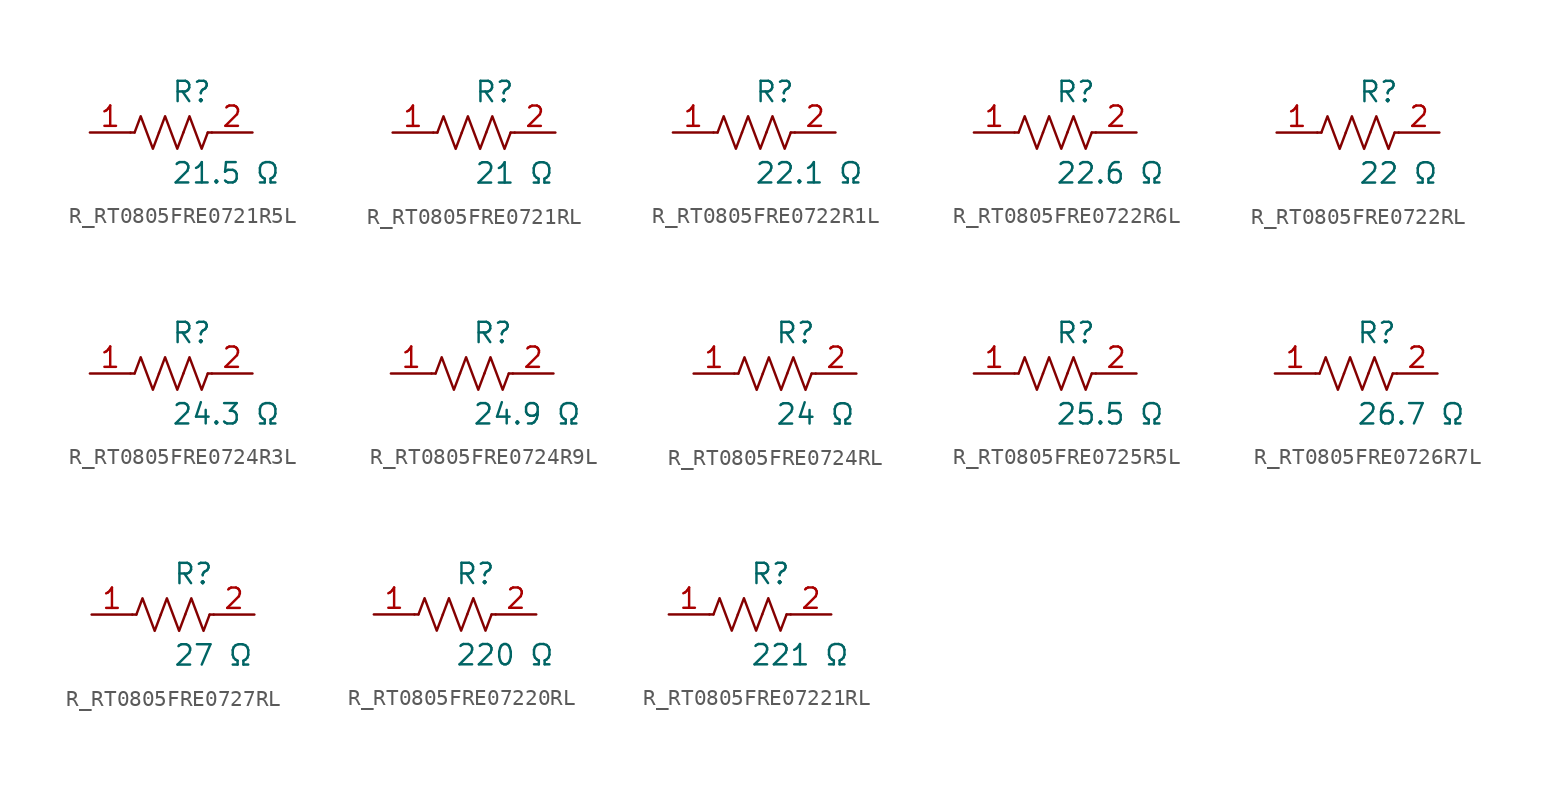
<source format=kicad_sym>
(kicad_symbol_lib
  (version 20231120)
  (generator kicad_symbol_editor)
  (generator_version 8.0)
  (symbol "R_RT0805FRE0721R5L"
    (pin_names
      (offset 0.254))
    (property "Reference" "R"
      (at 0.0 2.54 0)
      (effects (font (size 1.27 1.27)) (justify left)))
    (property "Value" "21.5 Ω"
      (at 0.0 -2.54 0)
      (effects (font (size 1.27 1.27)) (justify left)))
    (symbol "R_RT0805FRE0721R5L_0_1"
      (polyline (pts (xy 2.286 0) (xy 2.54 0)) (stroke (width 0) (type default)) (fill (type none)))
      (polyline (pts (xy -2.286 0) (xy -2.54 0)) (stroke (width 0) (type default)) (fill (type none)))
      (polyline (pts (xy 0.762 0) (xy 1.143 1.016) (xy 1.524 0) (xy 1.905 -1.016) (xy 2.286 0)) (stroke (width 0) (type default)) (fill (type none)))
      (polyline (pts (xy -0.762 0) (xy -0.381 1.016) (xy 0 0) (xy 0.381 -1.016) (xy 0.762 0)) (stroke (width 0) (type default)) (fill (type none)))
      (polyline (pts (xy -2.286 0) (xy -1.905 1.016) (xy -1.524 0) (xy -1.143 -1.016) (xy -0.762 0)) (stroke (width 0) (type default)) (fill (type none))))
    (pin unspecified line
      (at -5.08 0 0)
      (length 2.54)
      (name "" (effects (font (size 1.27 1.27))))
      (number "1" (effects (font (size 1.27 1.27)))))
    (pin unspecified line
      (at 5.08 0 180)
      (length 2.54)
      (name "" (effects (font (size 1.27 1.27))))
      (number "2" (effects (font (size 1.27 1.27))))))
  (symbol "R_RT0805FRE0721RL"
    (pin_names
      (offset 0.254))
    (property "Reference" "R"
      (at 0.0 2.54 0)
      (effects (font (size 1.27 1.27)) (justify left)))
    (property "Value" "21 Ω"
      (at 0.0 -2.54 0)
      (effects (font (size 1.27 1.27)) (justify left)))
    (symbol "R_RT0805FRE0721RL_0_1"
      (polyline (pts (xy 2.286 0) (xy 2.54 0)) (stroke (width 0) (type default)) (fill (type none)))
      (polyline (pts (xy -2.286 0) (xy -2.54 0)) (stroke (width 0) (type default)) (fill (type none)))
      (polyline (pts (xy 0.762 0) (xy 1.143 1.016) (xy 1.524 0) (xy 1.905 -1.016) (xy 2.286 0)) (stroke (width 0) (type default)) (fill (type none)))
      (polyline (pts (xy -0.762 0) (xy -0.381 1.016) (xy 0 0) (xy 0.381 -1.016) (xy 0.762 0)) (stroke (width 0) (type default)) (fill (type none)))
      (polyline (pts (xy -2.286 0) (xy -1.905 1.016) (xy -1.524 0) (xy -1.143 -1.016) (xy -0.762 0)) (stroke (width 0) (type default)) (fill (type none))))
    (pin unspecified line
      (at -5.08 0 0)
      (length 2.54)
      (name "" (effects (font (size 1.27 1.27))))
      (number "1" (effects (font (size 1.27 1.27)))))
    (pin unspecified line
      (at 5.08 0 180)
      (length 2.54)
      (name "" (effects (font (size 1.27 1.27))))
      (number "2" (effects (font (size 1.27 1.27))))))
  (symbol "R_RT0805FRE0722R1L"
    (pin_names
      (offset 0.254))
    (property "Reference" "R"
      (at 0.0 2.54 0)
      (effects (font (size 1.27 1.27)) (justify left)))
    (property "Value" "22.1 Ω"
      (at 0.0 -2.54 0)
      (effects (font (size 1.27 1.27)) (justify left)))
    (symbol "R_RT0805FRE0722R1L_0_1"
      (polyline (pts (xy 2.286 0) (xy 2.54 0)) (stroke (width 0) (type default)) (fill (type none)))
      (polyline (pts (xy -2.286 0) (xy -2.54 0)) (stroke (width 0) (type default)) (fill (type none)))
      (polyline (pts (xy 0.762 0) (xy 1.143 1.016) (xy 1.524 0) (xy 1.905 -1.016) (xy 2.286 0)) (stroke (width 0) (type default)) (fill (type none)))
      (polyline (pts (xy -0.762 0) (xy -0.381 1.016) (xy 0 0) (xy 0.381 -1.016) (xy 0.762 0)) (stroke (width 0) (type default)) (fill (type none)))
      (polyline (pts (xy -2.286 0) (xy -1.905 1.016) (xy -1.524 0) (xy -1.143 -1.016) (xy -0.762 0)) (stroke (width 0) (type default)) (fill (type none))))
    (pin unspecified line
      (at -5.08 0 0)
      (length 2.54)
      (name "" (effects (font (size 1.27 1.27))))
      (number "1" (effects (font (size 1.27 1.27)))))
    (pin unspecified line
      (at 5.08 0 180)
      (length 2.54)
      (name "" (effects (font (size 1.27 1.27))))
      (number "2" (effects (font (size 1.27 1.27))))))
  (symbol "R_RT0805FRE0722R6L"
    (pin_names
      (offset 0.254))
    (property "Reference" "R"
      (at 0.0 2.54 0)
      (effects (font (size 1.27 1.27)) (justify left)))
    (property "Value" "22.6 Ω"
      (at 0.0 -2.54 0)
      (effects (font (size 1.27 1.27)) (justify left)))
    (symbol "R_RT0805FRE0722R6L_0_1"
      (polyline (pts (xy 2.286 0) (xy 2.54 0)) (stroke (width 0) (type default)) (fill (type none)))
      (polyline (pts (xy -2.286 0) (xy -2.54 0)) (stroke (width 0) (type default)) (fill (type none)))
      (polyline (pts (xy 0.762 0) (xy 1.143 1.016) (xy 1.524 0) (xy 1.905 -1.016) (xy 2.286 0)) (stroke (width 0) (type default)) (fill (type none)))
      (polyline (pts (xy -0.762 0) (xy -0.381 1.016) (xy 0 0) (xy 0.381 -1.016) (xy 0.762 0)) (stroke (width 0) (type default)) (fill (type none)))
      (polyline (pts (xy -2.286 0) (xy -1.905 1.016) (xy -1.524 0) (xy -1.143 -1.016) (xy -0.762 0)) (stroke (width 0) (type default)) (fill (type none))))
    (pin unspecified line
      (at -5.08 0 0)
      (length 2.54)
      (name "" (effects (font (size 1.27 1.27))))
      (number "1" (effects (font (size 1.27 1.27)))))
    (pin unspecified line
      (at 5.08 0 180)
      (length 2.54)
      (name "" (effects (font (size 1.27 1.27))))
      (number "2" (effects (font (size 1.27 1.27))))))
  (symbol "R_RT0805FRE0722RL"
    (pin_names
      (offset 0.254))
    (property "Reference" "R"
      (at 0.0 2.54 0)
      (effects (font (size 1.27 1.27)) (justify left)))
    (property "Value" "22 Ω"
      (at 0.0 -2.54 0)
      (effects (font (size 1.27 1.27)) (justify left)))
    (symbol "R_RT0805FRE0722RL_0_1"
      (polyline (pts (xy 2.286 0) (xy 2.54 0)) (stroke (width 0) (type default)) (fill (type none)))
      (polyline (pts (xy -2.286 0) (xy -2.54 0)) (stroke (width 0) (type default)) (fill (type none)))
      (polyline (pts (xy 0.762 0) (xy 1.143 1.016) (xy 1.524 0) (xy 1.905 -1.016) (xy 2.286 0)) (stroke (width 0) (type default)) (fill (type none)))
      (polyline (pts (xy -0.762 0) (xy -0.381 1.016) (xy 0 0) (xy 0.381 -1.016) (xy 0.762 0)) (stroke (width 0) (type default)) (fill (type none)))
      (polyline (pts (xy -2.286 0) (xy -1.905 1.016) (xy -1.524 0) (xy -1.143 -1.016) (xy -0.762 0)) (stroke (width 0) (type default)) (fill (type none))))
    (pin unspecified line
      (at -5.08 0 0)
      (length 2.54)
      (name "" (effects (font (size 1.27 1.27))))
      (number "1" (effects (font (size 1.27 1.27)))))
    (pin unspecified line
      (at 5.08 0 180)
      (length 2.54)
      (name "" (effects (font (size 1.27 1.27))))
      (number "2" (effects (font (size 1.27 1.27))))))
  (symbol "R_RT0805FRE0724R3L"
    (pin_names
      (offset 0.254))
    (property "Reference" "R"
      (at 0.0 2.54 0)
      (effects (font (size 1.27 1.27)) (justify left)))
    (property "Value" "24.3 Ω"
      (at 0.0 -2.54 0)
      (effects (font (size 1.27 1.27)) (justify left)))
    (symbol "R_RT0805FRE0724R3L_0_1"
      (polyline (pts (xy 2.286 0) (xy 2.54 0)) (stroke (width 0) (type default)) (fill (type none)))
      (polyline (pts (xy -2.286 0) (xy -2.54 0)) (stroke (width 0) (type default)) (fill (type none)))
      (polyline (pts (xy 0.762 0) (xy 1.143 1.016) (xy 1.524 0) (xy 1.905 -1.016) (xy 2.286 0)) (stroke (width 0) (type default)) (fill (type none)))
      (polyline (pts (xy -0.762 0) (xy -0.381 1.016) (xy 0 0) (xy 0.381 -1.016) (xy 0.762 0)) (stroke (width 0) (type default)) (fill (type none)))
      (polyline (pts (xy -2.286 0) (xy -1.905 1.016) (xy -1.524 0) (xy -1.143 -1.016) (xy -0.762 0)) (stroke (width 0) (type default)) (fill (type none))))
    (pin unspecified line
      (at -5.08 0 0)
      (length 2.54)
      (name "" (effects (font (size 1.27 1.27))))
      (number "1" (effects (font (size 1.27 1.27)))))
    (pin unspecified line
      (at 5.08 0 180)
      (length 2.54)
      (name "" (effects (font (size 1.27 1.27))))
      (number "2" (effects (font (size 1.27 1.27))))))
  (symbol "R_RT0805FRE0724R9L"
    (pin_names
      (offset 0.254))
    (property "Reference" "R"
      (at 0.0 2.54 0)
      (effects (font (size 1.27 1.27)) (justify left)))
    (property "Value" "24.9 Ω"
      (at 0.0 -2.54 0)
      (effects (font (size 1.27 1.27)) (justify left)))
    (symbol "R_RT0805FRE0724R9L_0_1"
      (polyline (pts (xy 2.286 0) (xy 2.54 0)) (stroke (width 0) (type default)) (fill (type none)))
      (polyline (pts (xy -2.286 0) (xy -2.54 0)) (stroke (width 0) (type default)) (fill (type none)))
      (polyline (pts (xy 0.762 0) (xy 1.143 1.016) (xy 1.524 0) (xy 1.905 -1.016) (xy 2.286 0)) (stroke (width 0) (type default)) (fill (type none)))
      (polyline (pts (xy -0.762 0) (xy -0.381 1.016) (xy 0 0) (xy 0.381 -1.016) (xy 0.762 0)) (stroke (width 0) (type default)) (fill (type none)))
      (polyline (pts (xy -2.286 0) (xy -1.905 1.016) (xy -1.524 0) (xy -1.143 -1.016) (xy -0.762 0)) (stroke (width 0) (type default)) (fill (type none))))
    (pin unspecified line
      (at -5.08 0 0)
      (length 2.54)
      (name "" (effects (font (size 1.27 1.27))))
      (number "1" (effects (font (size 1.27 1.27)))))
    (pin unspecified line
      (at 5.08 0 180)
      (length 2.54)
      (name "" (effects (font (size 1.27 1.27))))
      (number "2" (effects (font (size 1.27 1.27))))))
  (symbol "R_RT0805FRE0724RL"
    (pin_names
      (offset 0.254))
    (property "Reference" "R"
      (at 0.0 2.54 0)
      (effects (font (size 1.27 1.27)) (justify left)))
    (property "Value" "24 Ω"
      (at 0.0 -2.54 0)
      (effects (font (size 1.27 1.27)) (justify left)))
    (symbol "R_RT0805FRE0724RL_0_1"
      (polyline (pts (xy 2.286 0) (xy 2.54 0)) (stroke (width 0) (type default)) (fill (type none)))
      (polyline (pts (xy -2.286 0) (xy -2.54 0)) (stroke (width 0) (type default)) (fill (type none)))
      (polyline (pts (xy 0.762 0) (xy 1.143 1.016) (xy 1.524 0) (xy 1.905 -1.016) (xy 2.286 0)) (stroke (width 0) (type default)) (fill (type none)))
      (polyline (pts (xy -0.762 0) (xy -0.381 1.016) (xy 0 0) (xy 0.381 -1.016) (xy 0.762 0)) (stroke (width 0) (type default)) (fill (type none)))
      (polyline (pts (xy -2.286 0) (xy -1.905 1.016) (xy -1.524 0) (xy -1.143 -1.016) (xy -0.762 0)) (stroke (width 0) (type default)) (fill (type none))))
    (pin unspecified line
      (at -5.08 0 0)
      (length 2.54)
      (name "" (effects (font (size 1.27 1.27))))
      (number "1" (effects (font (size 1.27 1.27)))))
    (pin unspecified line
      (at 5.08 0 180)
      (length 2.54)
      (name "" (effects (font (size 1.27 1.27))))
      (number "2" (effects (font (size 1.27 1.27))))))
  (symbol "R_RT0805FRE0725R5L"
    (pin_names
      (offset 0.254))
    (property "Reference" "R"
      (at 0.0 2.54 0)
      (effects (font (size 1.27 1.27)) (justify left)))
    (property "Value" "25.5 Ω"
      (at 0.0 -2.54 0)
      (effects (font (size 1.27 1.27)) (justify left)))
    (symbol "R_RT0805FRE0725R5L_0_1"
      (polyline (pts (xy 2.286 0) (xy 2.54 0)) (stroke (width 0) (type default)) (fill (type none)))
      (polyline (pts (xy -2.286 0) (xy -2.54 0)) (stroke (width 0) (type default)) (fill (type none)))
      (polyline (pts (xy 0.762 0) (xy 1.143 1.016) (xy 1.524 0) (xy 1.905 -1.016) (xy 2.286 0)) (stroke (width 0) (type default)) (fill (type none)))
      (polyline (pts (xy -0.762 0) (xy -0.381 1.016) (xy 0 0) (xy 0.381 -1.016) (xy 0.762 0)) (stroke (width 0) (type default)) (fill (type none)))
      (polyline (pts (xy -2.286 0) (xy -1.905 1.016) (xy -1.524 0) (xy -1.143 -1.016) (xy -0.762 0)) (stroke (width 0) (type default)) (fill (type none))))
    (pin unspecified line
      (at -5.08 0 0)
      (length 2.54)
      (name "" (effects (font (size 1.27 1.27))))
      (number "1" (effects (font (size 1.27 1.27)))))
    (pin unspecified line
      (at 5.08 0 180)
      (length 2.54)
      (name "" (effects (font (size 1.27 1.27))))
      (number "2" (effects (font (size 1.27 1.27))))))
  (symbol "R_RT0805FRE0726R7L"
    (pin_names
      (offset 0.254))
    (property "Reference" "R"
      (at 0.0 2.54 0)
      (effects (font (size 1.27 1.27)) (justify left)))
    (property "Value" "26.7 Ω"
      (at 0.0 -2.54 0)
      (effects (font (size 1.27 1.27)) (justify left)))
    (symbol "R_RT0805FRE0726R7L_0_1"
      (polyline (pts (xy 2.286 0) (xy 2.54 0)) (stroke (width 0) (type default)) (fill (type none)))
      (polyline (pts (xy -2.286 0) (xy -2.54 0)) (stroke (width 0) (type default)) (fill (type none)))
      (polyline (pts (xy 0.762 0) (xy 1.143 1.016) (xy 1.524 0) (xy 1.905 -1.016) (xy 2.286 0)) (stroke (width 0) (type default)) (fill (type none)))
      (polyline (pts (xy -0.762 0) (xy -0.381 1.016) (xy 0 0) (xy 0.381 -1.016) (xy 0.762 0)) (stroke (width 0) (type default)) (fill (type none)))
      (polyline (pts (xy -2.286 0) (xy -1.905 1.016) (xy -1.524 0) (xy -1.143 -1.016) (xy -0.762 0)) (stroke (width 0) (type default)) (fill (type none))))
    (pin unspecified line
      (at -5.08 0 0)
      (length 2.54)
      (name "" (effects (font (size 1.27 1.27))))
      (number "1" (effects (font (size 1.27 1.27)))))
    (pin unspecified line
      (at 5.08 0 180)
      (length 2.54)
      (name "" (effects (font (size 1.27 1.27))))
      (number "2" (effects (font (size 1.27 1.27))))))
  (symbol "R_RT0805FRE0727RL"
    (pin_names
      (offset 0.254))
    (property "Reference" "R"
      (at 0.0 2.54 0)
      (effects (font (size 1.27 1.27)) (justify left)))
    (property "Value" "27 Ω"
      (at 0.0 -2.54 0)
      (effects (font (size 1.27 1.27)) (justify left)))
    (symbol "R_RT0805FRE0727RL_0_1"
      (polyline (pts (xy 2.286 0) (xy 2.54 0)) (stroke (width 0) (type default)) (fill (type none)))
      (polyline (pts (xy -2.286 0) (xy -2.54 0)) (stroke (width 0) (type default)) (fill (type none)))
      (polyline (pts (xy 0.762 0) (xy 1.143 1.016) (xy 1.524 0) (xy 1.905 -1.016) (xy 2.286 0)) (stroke (width 0) (type default)) (fill (type none)))
      (polyline (pts (xy -0.762 0) (xy -0.381 1.016) (xy 0 0) (xy 0.381 -1.016) (xy 0.762 0)) (stroke (width 0) (type default)) (fill (type none)))
      (polyline (pts (xy -2.286 0) (xy -1.905 1.016) (xy -1.524 0) (xy -1.143 -1.016) (xy -0.762 0)) (stroke (width 0) (type default)) (fill (type none))))
    (pin unspecified line
      (at -5.08 0 0)
      (length 2.54)
      (name "" (effects (font (size 1.27 1.27))))
      (number "1" (effects (font (size 1.27 1.27)))))
    (pin unspecified line
      (at 5.08 0 180)
      (length 2.54)
      (name "" (effects (font (size 1.27 1.27))))
      (number "2" (effects (font (size 1.27 1.27))))))
  (symbol "R_RT0805FRE07220RL"
    (pin_names
      (offset 0.254))
    (property "Reference" "R"
      (at 0.0 2.54 0)
      (effects (font (size 1.27 1.27)) (justify left)))
    (property "Value" "220 Ω"
      (at 0.0 -2.54 0)
      (effects (font (size 1.27 1.27)) (justify left)))
    (symbol "R_RT0805FRE07220RL_0_1"
      (polyline (pts (xy 2.286 0) (xy 2.54 0)) (stroke (width 0) (type default)) (fill (type none)))
      (polyline (pts (xy -2.286 0) (xy -2.54 0)) (stroke (width 0) (type default)) (fill (type none)))
      (polyline (pts (xy 0.762 0) (xy 1.143 1.016) (xy 1.524 0) (xy 1.905 -1.016) (xy 2.286 0)) (stroke (width 0) (type default)) (fill (type none)))
      (polyline (pts (xy -0.762 0) (xy -0.381 1.016) (xy 0 0) (xy 0.381 -1.016) (xy 0.762 0)) (stroke (width 0) (type default)) (fill (type none)))
      (polyline (pts (xy -2.286 0) (xy -1.905 1.016) (xy -1.524 0) (xy -1.143 -1.016) (xy -0.762 0)) (stroke (width 0) (type default)) (fill (type none))))
    (pin unspecified line
      (at -5.08 0 0)
      (length 2.54)
      (name "" (effects (font (size 1.27 1.27))))
      (number "1" (effects (font (size 1.27 1.27)))))
    (pin unspecified line
      (at 5.08 0 180)
      (length 2.54)
      (name "" (effects (font (size 1.27 1.27))))
      (number "2" (effects (font (size 1.27 1.27))))))
  (symbol "R_RT0805FRE07221RL"
    (pin_names
      (offset 0.254))
    (property "Reference" "R"
      (at 0.0 2.54 0)
      (effects (font (size 1.27 1.27)) (justify left)))
    (property "Value" "221 Ω"
      (at 0.0 -2.54 0)
      (effects (font (size 1.27 1.27)) (justify left)))
    (symbol "R_RT0805FRE07221RL_0_1"
      (polyline (pts (xy 2.286 0) (xy 2.54 0)) (stroke (width 0) (type default)) (fill (type none)))
      (polyline (pts (xy -2.286 0) (xy -2.54 0)) (stroke (width 0) (type default)) (fill (type none)))
      (polyline (pts (xy 0.762 0) (xy 1.143 1.016) (xy 1.524 0) (xy 1.905 -1.016) (xy 2.286 0)) (stroke (width 0) (type default)) (fill (type none)))
      (polyline (pts (xy -0.762 0) (xy -0.381 1.016) (xy 0 0) (xy 0.381 -1.016) (xy 0.762 0)) (stroke (width 0) (type default)) (fill (type none)))
      (polyline (pts (xy -2.286 0) (xy -1.905 1.016) (xy -1.524 0) (xy -1.143 -1.016) (xy -0.762 0)) (stroke (width 0) (type default)) (fill (type none))))
    (pin unspecified line
      (at -5.08 0 0)
      (length 2.54)
      (name "" (effects (font (size 1.27 1.27))))
      (number "1" (effects (font (size 1.27 1.27)))))
    (pin unspecified line
      (at 5.08 0 180)
      (length 2.54)
      (name "" (effects (font (size 1.27 1.27))))
      (number "2" (effects (font (size 1.27 1.27)))))))
</source>
